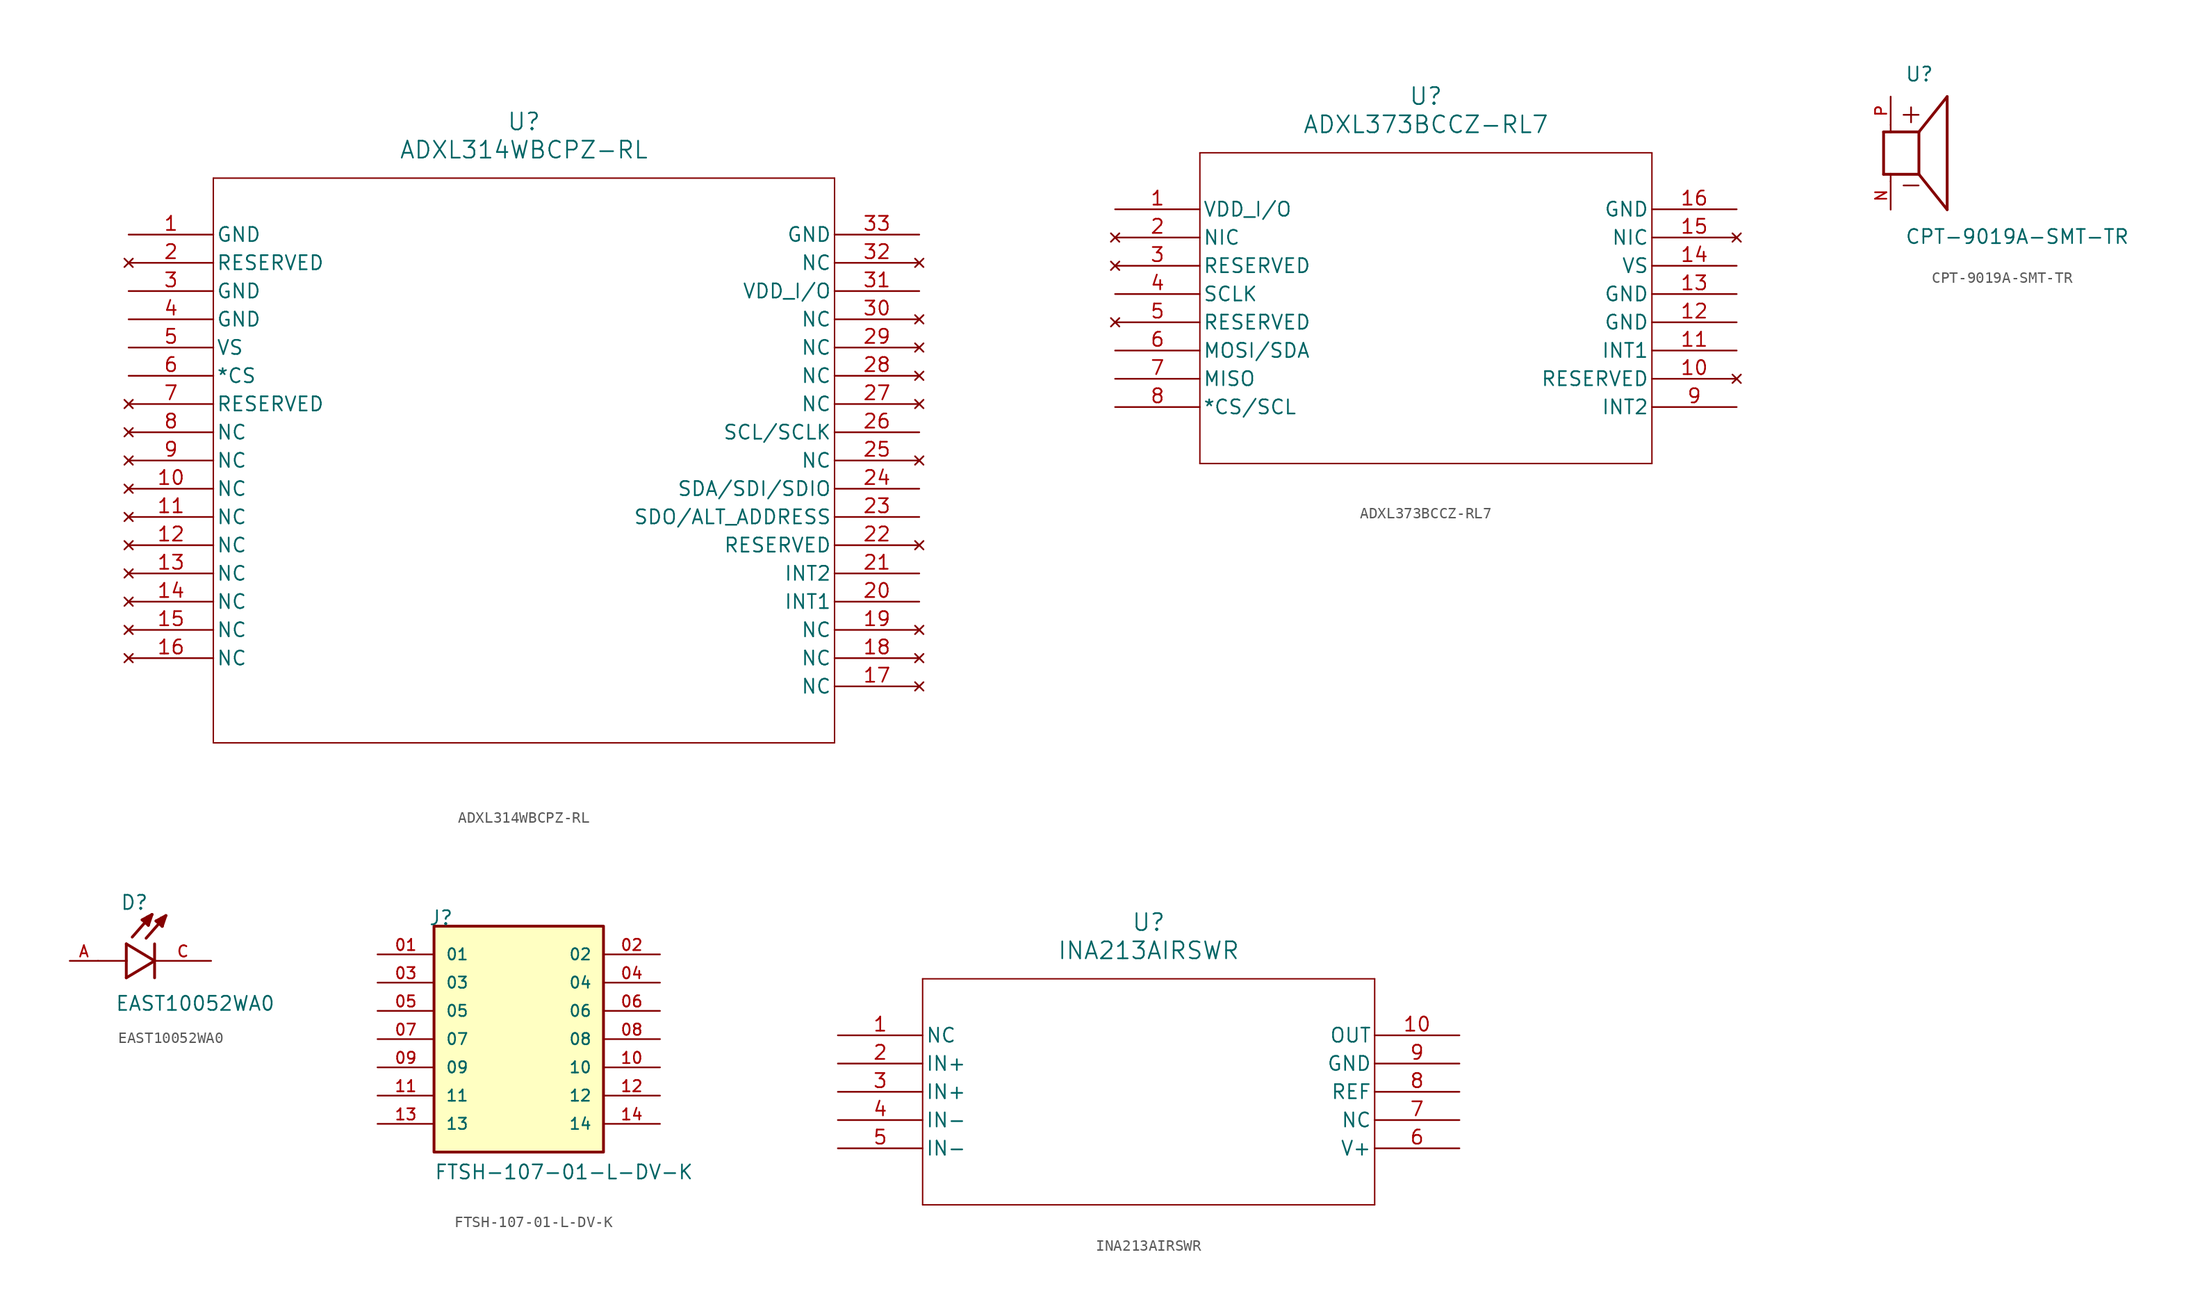
<source format=kicad_sym>
(kicad_symbol_lib
  (version 20241209)
  (generator "kicad_symbol_editor")
  (generator_version "9.0")
  (symbol "ADXL314WBCPZ-RL"
    (pin_names
      (offset 0.254))
    (property "Reference" "U"
      (at 35.56 10.16 0)
      (effects (font (size 1.524 1.524))))
    (property "Value" "ADXL314WBCPZ-RL"
      (at 35.56 7.62 0)
      (effects (font (size 1.524 1.524))))
    (property "ki_locked" ""
      (at 0 0 0)
      (effects (font (size 1.27 1.27))))
    (symbol "ADXL314WBCPZ-RL_0_1"
      (polyline (pts (xy 7.62 5.08) (xy 7.62 -45.72)) (stroke (width 0.127) (type default)) (fill (type none)))
      (polyline (pts (xy 7.62 -45.72) (xy 63.5 -45.72)) (stroke (width 0.127) (type default)) (fill (type none)))
      (polyline (pts (xy 63.5 5.08) (xy 7.62 5.08)) (stroke (width 0.127) (type default)) (fill (type none)))
      (polyline (pts (xy 63.5 -45.72) (xy 63.5 5.08)) (stroke (width 0.127) (type default)) (fill (type none)))
      (pin power_out line (at 0 0 0) (length 7.62) (name "GND" (effects (font (size 1.27 1.27)))) (number "1" (effects (font (size 1.27 1.27)))))
      (pin no_connect line (at 0 -2.54 0) (length 7.62) (name "RESERVED" (effects (font (size 1.27 1.27)))) (number "2" (effects (font (size 1.27 1.27)))))
      (pin power_out line (at 0 -5.08 0) (length 7.62) (name "GND" (effects (font (size 1.27 1.27)))) (number "3" (effects (font (size 1.27 1.27)))))
      (pin power_out line (at 0 -7.62 0) (length 7.62) (name "GND" (effects (font (size 1.27 1.27)))) (number "4" (effects (font (size 1.27 1.27)))))
      (pin power_in line (at 0 -10.16 0) (length 7.62) (name "VS" (effects (font (size 1.27 1.27)))) (number "5" (effects (font (size 1.27 1.27)))))
      (pin input line (at 0 -12.7 0) (length 7.62) (name "*CS" (effects (font (size 1.27 1.27)))) (number "6" (effects (font (size 1.27 1.27)))))
      (pin no_connect line (at 0 -15.24 0) (length 7.62) (name "RESERVED" (effects (font (size 1.27 1.27)))) (number "7" (effects (font (size 1.27 1.27)))))
      (pin no_connect line (at 0 -17.78 0) (length 7.62) (name "NC" (effects (font (size 1.27 1.27)))) (number "8" (effects (font (size 1.27 1.27)))))
      (pin no_connect line (at 0 -20.32 0) (length 7.62) (name "NC" (effects (font (size 1.27 1.27)))) (number "9" (effects (font (size 1.27 1.27)))))
      (pin no_connect line (at 0 -22.86 0) (length 7.62) (name "NC" (effects (font (size 1.27 1.27)))) (number "10" (effects (font (size 1.27 1.27)))))
      (pin no_connect line (at 0 -25.4 0) (length 7.62) (name "NC" (effects (font (size 1.27 1.27)))) (number "11" (effects (font (size 1.27 1.27)))))
      (pin no_connect line (at 0 -27.94 0) (length 7.62) (name "NC" (effects (font (size 1.27 1.27)))) (number "12" (effects (font (size 1.27 1.27)))))
      (pin no_connect line (at 0 -30.48 0) (length 7.62) (name "NC" (effects (font (size 1.27 1.27)))) (number "13" (effects (font (size 1.27 1.27)))))
      (pin no_connect line (at 0 -33.02 0) (length 7.62) (name "NC" (effects (font (size 1.27 1.27)))) (number "14" (effects (font (size 1.27 1.27)))))
      (pin no_connect line (at 0 -35.56 0) (length 7.62) (name "NC" (effects (font (size 1.27 1.27)))) (number "15" (effects (font (size 1.27 1.27)))))
      (pin no_connect line (at 0 -38.1 0) (length 7.62) (name "NC" (effects (font (size 1.27 1.27)))) (number "16" (effects (font (size 1.27 1.27)))))
      (pin power_out line (at 71.12 0 180) (length 7.62) (name "GND" (effects (font (size 1.27 1.27)))) (number "33" (effects (font (size 1.27 1.27)))))
      (pin no_connect line (at 71.12 -2.54 180) (length 7.62) (name "NC" (effects (font (size 1.27 1.27)))) (number "32" (effects (font (size 1.27 1.27)))))
      (pin power_in line (at 71.12 -5.08 180) (length 7.62) (name "VDD_I/O" (effects (font (size 1.27 1.27)))) (number "31" (effects (font (size 1.27 1.27)))))
      (pin no_connect line (at 71.12 -7.62 180) (length 7.62) (name "NC" (effects (font (size 1.27 1.27)))) (number "30" (effects (font (size 1.27 1.27)))))
      (pin no_connect line (at 71.12 -10.16 180) (length 7.62) (name "NC" (effects (font (size 1.27 1.27)))) (number "29" (effects (font (size 1.27 1.27)))))
      (pin no_connect line (at 71.12 -12.7 180) (length 7.62) (name "NC" (effects (font (size 1.27 1.27)))) (number "28" (effects (font (size 1.27 1.27)))))
      (pin no_connect line (at 71.12 -15.24 180) (length 7.62) (name "NC" (effects (font (size 1.27 1.27)))) (number "27" (effects (font (size 1.27 1.27)))))
      (pin input line (at 71.12 -17.78 180) (length 7.62) (name "SCL/SCLK" (effects (font (size 1.27 1.27)))) (number "26" (effects (font (size 1.27 1.27)))))
      (pin no_connect line (at 71.12 -20.32 180) (length 7.62) (name "NC" (effects (font (size 1.27 1.27)))) (number "25" (effects (font (size 1.27 1.27)))))
      (pin bidirectional line (at 71.12 -22.86 180) (length 7.62) (name "SDA/SDI/SDIO" (effects (font (size 1.27 1.27)))) (number "24" (effects (font (size 1.27 1.27)))))
      (pin unspecified line (at 71.12 -25.4 180) (length 7.62) (name "SDO/ALT_ADDRESS" (effects (font (size 1.27 1.27)))) (number "23" (effects (font (size 1.27 1.27)))))
      (pin no_connect line (at 71.12 -27.94 180) (length 7.62) (name "RESERVED" (effects (font (size 1.27 1.27)))) (number "22" (effects (font (size 1.27 1.27)))))
      (pin output line (at 71.12 -30.48 180) (length 7.62) (name "INT2" (effects (font (size 1.27 1.27)))) (number "21" (effects (font (size 1.27 1.27)))))
      (pin output line (at 71.12 -33.02 180) (length 7.62) (name "INT1" (effects (font (size 1.27 1.27)))) (number "20" (effects (font (size 1.27 1.27)))))
      (pin no_connect line (at 71.12 -35.56 180) (length 7.62) (name "NC" (effects (font (size 1.27 1.27)))) (number "19" (effects (font (size 1.27 1.27)))))
      (pin no_connect line (at 71.12 -38.1 180) (length 7.62) (name "NC" (effects (font (size 1.27 1.27)))) (number "18" (effects (font (size 1.27 1.27)))))
      (pin no_connect line (at 71.12 -40.64 180) (length 7.62) (name "NC" (effects (font (size 1.27 1.27)))) (number "17" (effects (font (size 1.27 1.27)))))))
  (symbol "ADXL373BCCZ-RL7"
    (pin_names
      (offset 0.254))
    (property "Reference" "U"
      (at 27.94 10.16 0)
      (effects (font (size 1.524 1.524))))
    (property "Value" "ADXL373BCCZ-RL7"
      (at 27.94 7.62 0)
      (effects (font (size 1.524 1.524))))
    (property "ki_locked" ""
      (at 0 0 0)
      (effects (font (size 1.27 1.27))))
    (symbol "ADXL373BCCZ-RL7_0_1"
      (polyline (pts (xy 7.62 5.08) (xy 7.62 -22.86)) (stroke (width 0.127) (type default)) (fill (type none)))
      (polyline (pts (xy 7.62 -22.86) (xy 48.26 -22.86)) (stroke (width 0.127) (type default)) (fill (type none)))
      (polyline (pts (xy 48.26 5.08) (xy 7.62 5.08)) (stroke (width 0.127) (type default)) (fill (type none)))
      (polyline (pts (xy 48.26 -22.86) (xy 48.26 5.08)) (stroke (width 0.127) (type default)) (fill (type none)))
      (pin power_in line (at 0 0 0) (length 7.62) (name "VDD_I/O" (effects (font (size 1.27 1.27)))) (number "1" (effects (font (size 1.27 1.27)))))
      (pin no_connect line (at 0 -2.54 0) (length 7.62) (name "NIC" (effects (font (size 1.27 1.27)))) (number "2" (effects (font (size 1.27 1.27)))))
      (pin no_connect line (at 0 -5.08 0) (length 7.62) (name "RESERVED" (effects (font (size 1.27 1.27)))) (number "3" (effects (font (size 1.27 1.27)))))
      (pin input line (at 0 -7.62 0) (length 7.62) (name "SCLK" (effects (font (size 1.27 1.27)))) (number "4" (effects (font (size 1.27 1.27)))))
      (pin no_connect line (at 0 -10.16 0) (length 7.62) (name "RESERVED" (effects (font (size 1.27 1.27)))) (number "5" (effects (font (size 1.27 1.27)))))
      (pin bidirectional line (at 0 -12.7 0) (length 7.62) (name "MOSI/SDA" (effects (font (size 1.27 1.27)))) (number "6" (effects (font (size 1.27 1.27)))))
      (pin unspecified line (at 0 -15.24 0) (length 7.62) (name "MISO" (effects (font (size 1.27 1.27)))) (number "7" (effects (font (size 1.27 1.27)))))
      (pin input line (at 0 -17.78 0) (length 7.62) (name "*CS/SCL" (effects (font (size 1.27 1.27)))) (number "8" (effects (font (size 1.27 1.27)))))
      (pin power_out line (at 55.88 0 180) (length 7.62) (name "GND" (effects (font (size 1.27 1.27)))) (number "16" (effects (font (size 1.27 1.27)))))
      (pin no_connect line (at 55.88 -2.54 180) (length 7.62) (name "NIC" (effects (font (size 1.27 1.27)))) (number "15" (effects (font (size 1.27 1.27)))))
      (pin power_in line (at 55.88 -5.08 180) (length 7.62) (name "VS" (effects (font (size 1.27 1.27)))) (number "14" (effects (font (size 1.27 1.27)))))
      (pin power_out line (at 55.88 -7.62 180) (length 7.62) (name "GND" (effects (font (size 1.27 1.27)))) (number "13" (effects (font (size 1.27 1.27)))))
      (pin power_out line (at 55.88 -10.16 180) (length 7.62) (name "GND" (effects (font (size 1.27 1.27)))) (number "12" (effects (font (size 1.27 1.27)))))
      (pin output line (at 55.88 -12.7 180) (length 7.62) (name "INT1" (effects (font (size 1.27 1.27)))) (number "11" (effects (font (size 1.27 1.27)))))
      (pin no_connect line (at 55.88 -15.24 180) (length 7.62) (name "RESERVED" (effects (font (size 1.27 1.27)))) (number "10" (effects (font (size 1.27 1.27)))))
      (pin output line (at 55.88 -17.78 180) (length 7.62) (name "INT2" (effects (font (size 1.27 1.27)))) (number "9" (effects (font (size 1.27 1.27)))))))
  (symbol "CPT-9019A-SMT-TR"
    (pin_names
      (offset 1.016))
    (property "Reference" "U"
      (at -1.27 6.35 0)
      (effects (font (size 1.27 1.27)) (justify left bottom)))
    (property "Value" "CPT-9019A-SMT-TR"
      (at -1.27 -8.255 0)
      (effects (font (size 1.27 1.27)) (justify left bottom)))
    (symbol "CPT-9019A-SMT-TR_0_0"
      (polyline (pts (xy -3.175 1.905) (xy -3.175 -1.905)) (stroke (width 0.254) (type default)) (fill (type none)))
      (polyline (pts (xy -3.175 1.905) (xy -2.54 1.905)) (stroke (width 0.254) (type default)) (fill (type none)))
      (polyline (pts (xy -3.175 -1.905) (xy -2.54 -1.905)) (stroke (width 0.254) (type default)) (fill (type none)))
      (polyline (pts (xy -2.54 2.54) (xy -2.54 1.905)) (stroke (width 0.152) (type default)) (fill (type none)))
      (polyline (pts (xy -2.54 1.905) (xy 0 1.905)) (stroke (width 0.254) (type default)) (fill (type none)))
      (polyline (pts (xy -2.54 -1.905) (xy 0 -1.905)) (stroke (width 0.254) (type default)) (fill (type none)))
      (polyline (pts (xy -2.54 -2.54) (xy -2.54 -1.905)) (stroke (width 0.152) (type default)) (fill (type none)))
      (polyline (pts (xy 0 1.905) (xy 2.54 5.08)) (stroke (width 0.254) (type default)) (fill (type none)))
      (polyline (pts (xy 0 -1.905) (xy 0 1.905)) (stroke (width 0.254) (type default)) (fill (type none)))
      (polyline (pts (xy 0 -1.905) (xy 2.54 -5.08)) (stroke (width 0.254) (type default)) (fill (type none)))
      (polyline (pts (xy 2.54 -5.08) (xy 2.54 5.08)) (stroke (width 0.254) (type default)) (fill (type none)))
      (text "+" (at -1.905 2.54 0) (effects (font (size 1.778 1.778)) (justify left bottom)))
      (text "-" (at -1.905 -3.81 0) (effects (font (size 1.778 1.778)) (justify left bottom)))
      (pin passive line (at -2.54 5.08 270) (length 2.54) (name "~" (effects (font (size 1.016 1.016)))) (number "P" (effects (font (size 1.016 1.016)))))
      (pin passive line (at -2.54 -5.08 90) (length 2.54) (name "~" (effects (font (size 1.016 1.016)))) (number "N" (effects (font (size 1.016 1.016)))))))
  (symbol "EAST10052WA0"
    (pin_names
      (offset 1.016))
    (property "Reference" "D"
      (at -3.099 4.496 0)
      (effects (font (size 1.27 1.27)) (justify left bottom)))
    (property "Value" "EAST10052WA0"
      (at -3.556 -4.572 0)
      (effects (font (size 1.27 1.27)) (justify left bottom)))
    (symbol "EAST10052WA0_0_0"
      (polyline (pts (xy -2.54 1.524) (xy -2.54 0)) (stroke (width 0.254) (type default)) (fill (type none)))
      (polyline (pts (xy -2.54 0) (xy -5.08 0)) (stroke (width 0.152) (type default)) (fill (type none)))
      (polyline (pts (xy -2.54 0) (xy -2.54 -1.524)) (stroke (width 0.254) (type default)) (fill (type none)))
      (polyline (pts (xy -2.54 -1.524) (xy 0 0)) (stroke (width 0.254) (type default)) (fill (type none)))
      (polyline (pts (xy -1.118 3.683) (xy -0.229 4.166)) (stroke (width 0.254) (type default)) (fill (type none)))
      (polyline (pts (xy -0.94 3.607) (xy -0.711 3.759)) (stroke (width 0.254) (type default)) (fill (type none)))
      (polyline (pts (xy -0.559 3.2) (xy -1.118 3.683)) (stroke (width 0.254) (type default)) (fill (type none)))
      (polyline (pts (xy -0.559 3.2) (xy -0.533 3.937)) (stroke (width 0.254) (type default)) (fill (type none)))
      (polyline (pts (xy -0.533 3.937) (xy -0.66 3.937)) (stroke (width 0.254) (type default)) (fill (type none)))
      (polyline (pts (xy -0.229 4.166) (xy -2.007 2.134)) (stroke (width 0.254) (type default)) (fill (type none)))
      (polyline (pts (xy -0.229 4.166) (xy -0.559 3.2)) (stroke (width 0.254) (type default)) (fill (type none)))
      (polyline (pts (xy 0 1.524) (xy 0 -1.524)) (stroke (width 0.254) (type default)) (fill (type none)))
      (polyline (pts (xy 0 0) (xy -2.54 1.524)) (stroke (width 0.254) (type default)) (fill (type none)))
      (polyline (pts (xy 0.127 3.581) (xy 1.016 4.064)) (stroke (width 0.254) (type default)) (fill (type none)))
      (polyline (pts (xy 0.305 3.505) (xy 0.533 3.658)) (stroke (width 0.254) (type default)) (fill (type none)))
      (polyline (pts (xy 0.686 3.099) (xy 0.127 3.581)) (stroke (width 0.254) (type default)) (fill (type none)))
      (polyline (pts (xy 0.686 3.099) (xy 0.711 3.835)) (stroke (width 0.254) (type default)) (fill (type none)))
      (polyline (pts (xy 0.711 3.835) (xy 0.584 3.835)) (stroke (width 0.254) (type default)) (fill (type none)))
      (polyline (pts (xy 1.016 4.064) (xy -0.762 2.032)) (stroke (width 0.254) (type default)) (fill (type none)))
      (polyline (pts (xy 1.016 4.064) (xy 0.686 3.099)) (stroke (width 0.254) (type default)) (fill (type none)))
      (pin passive line (at -7.62 0 0) (length 2.54) (name "~" (effects (font (size 1.016 1.016)))) (number "A" (effects (font (size 1.016 1.016)))))
      (pin passive line (at 5.08 0 180) (length 5.08) (name "~" (effects (font (size 1.016 1.016)))) (number "C" (effects (font (size 1.016 1.016)))))))
  (symbol "FTSH-107-01-L-DV-K"
    (pin_names
      (offset 1.016))
    (property "Reference" "J"
      (at -8.12 10.16 0)
      (effects (font (size 1.27 1.27)) (justify left bottom)))
    (property "Value" "FTSH-107-01-L-DV-K"
      (at -7.62 -12.7 0)
      (effects (font (size 1.27 1.27)) (justify left bottom)))
    (symbol "FTSH-107-01-L-DV-K_0_0"
      (rectangle (start -7.62 -10.16) (end 7.62 10.16) (stroke (width 0.254) (type default)) (fill (type background)))
      (pin passive line (at -12.7 7.62 0) (length 5.08) (name "01" (effects (font (size 1.016 1.016)))) (number "01" (effects (font (size 1.016 1.016)))))
      (pin passive line (at -12.7 5.08 0) (length 5.08) (name "03" (effects (font (size 1.016 1.016)))) (number "03" (effects (font (size 1.016 1.016)))))
      (pin passive line (at -12.7 2.54 0) (length 5.08) (name "05" (effects (font (size 1.016 1.016)))) (number "05" (effects (font (size 1.016 1.016)))))
      (pin passive line (at -12.7 0 0) (length 5.08) (name "07" (effects (font (size 1.016 1.016)))) (number "07" (effects (font (size 1.016 1.016)))))
      (pin passive line (at -12.7 -2.54 0) (length 5.08) (name "09" (effects (font (size 1.016 1.016)))) (number "09" (effects (font (size 1.016 1.016)))))
      (pin passive line (at -12.7 -5.08 0) (length 5.08) (name "11" (effects (font (size 1.016 1.016)))) (number "11" (effects (font (size 1.016 1.016)))))
      (pin passive line (at -12.7 -7.62 0) (length 5.08) (name "13" (effects (font (size 1.016 1.016)))) (number "13" (effects (font (size 1.016 1.016)))))
      (pin passive line (at 12.7 7.62 180) (length 5.08) (name "02" (effects (font (size 1.016 1.016)))) (number "02" (effects (font (size 1.016 1.016)))))
      (pin passive line (at 12.7 5.08 180) (length 5.08) (name "04" (effects (font (size 1.016 1.016)))) (number "04" (effects (font (size 1.016 1.016)))))
      (pin passive line (at 12.7 2.54 180) (length 5.08) (name "06" (effects (font (size 1.016 1.016)))) (number "06" (effects (font (size 1.016 1.016)))))
      (pin passive line (at 12.7 0 180) (length 5.08) (name "08" (effects (font (size 1.016 1.016)))) (number "08" (effects (font (size 1.016 1.016)))))
      (pin passive line (at 12.7 -2.54 180) (length 5.08) (name "10" (effects (font (size 1.016 1.016)))) (number "10" (effects (font (size 1.016 1.016)))))
      (pin passive line (at 12.7 -5.08 180) (length 5.08) (name "12" (effects (font (size 1.016 1.016)))) (number "12" (effects (font (size 1.016 1.016)))))
      (pin passive line (at 12.7 -7.62 180) (length 5.08) (name "14" (effects (font (size 1.016 1.016)))) (number "14" (effects (font (size 1.016 1.016)))))))
  (symbol "INA213AIRSWR"
    (pin_names
      (offset 0.254))
    (property "Reference" "U"
      (at 27.94 10.16 0)
      (effects (font (size 1.524 1.524))))
    (property "Value" "INA213AIRSWR"
      (at 27.94 7.62 0)
      (effects (font (size 1.524 1.524))))
    (property "ki_locked" ""
      (at 0 0 0)
      (effects (font (size 1.27 1.27))))
    (symbol "INA213AIRSWR_0_1"
      (polyline (pts (xy 7.62 5.08) (xy 7.62 -15.24)) (stroke (width 0.127) (type default)) (fill (type none)))
      (polyline (pts (xy 7.62 -15.24) (xy 48.26 -15.24)) (stroke (width 0.127) (type default)) (fill (type none)))
      (polyline (pts (xy 48.26 5.08) (xy 7.62 5.08)) (stroke (width 0.127) (type default)) (fill (type none)))
      (polyline (pts (xy 48.26 -15.24) (xy 48.26 5.08)) (stroke (width 0.127) (type default)) (fill (type none)))
      (pin unspecified line (at 0 0 0) (length 7.62) (name "NC" (effects (font (size 1.27 1.27)))) (number "1" (effects (font (size 1.27 1.27)))))
      (pin input line (at 0 -2.54 0) (length 7.62) (name "IN+" (effects (font (size 1.27 1.27)))) (number "2" (effects (font (size 1.27 1.27)))))
      (pin input line (at 0 -5.08 0) (length 7.62) (name "IN+" (effects (font (size 1.27 1.27)))) (number "3" (effects (font (size 1.27 1.27)))))
      (pin input line (at 0 -7.62 0) (length 7.62) (name "IN-" (effects (font (size 1.27 1.27)))) (number "4" (effects (font (size 1.27 1.27)))))
      (pin input line (at 0 -10.16 0) (length 7.62) (name "IN-" (effects (font (size 1.27 1.27)))) (number "5" (effects (font (size 1.27 1.27)))))
      (pin output line (at 55.88 0 180) (length 7.62) (name "OUT" (effects (font (size 1.27 1.27)))) (number "10" (effects (font (size 1.27 1.27)))))
      (pin power_in line (at 55.88 -2.54 180) (length 7.62) (name "GND" (effects (font (size 1.27 1.27)))) (number "9" (effects (font (size 1.27 1.27)))))
      (pin power_in line (at 55.88 -5.08 180) (length 7.62) (name "REF" (effects (font (size 1.27 1.27)))) (number "8" (effects (font (size 1.27 1.27)))))
      (pin unspecified line (at 55.88 -7.62 180) (length 7.62) (name "NC" (effects (font (size 1.27 1.27)))) (number "7" (effects (font (size 1.27 1.27)))))
      (pin power_in line (at 55.88 -10.16 180) (length 7.62) (name "V+" (effects (font (size 1.27 1.27)))) (number "6" (effects (font (size 1.27 1.27))))))))
</source>
